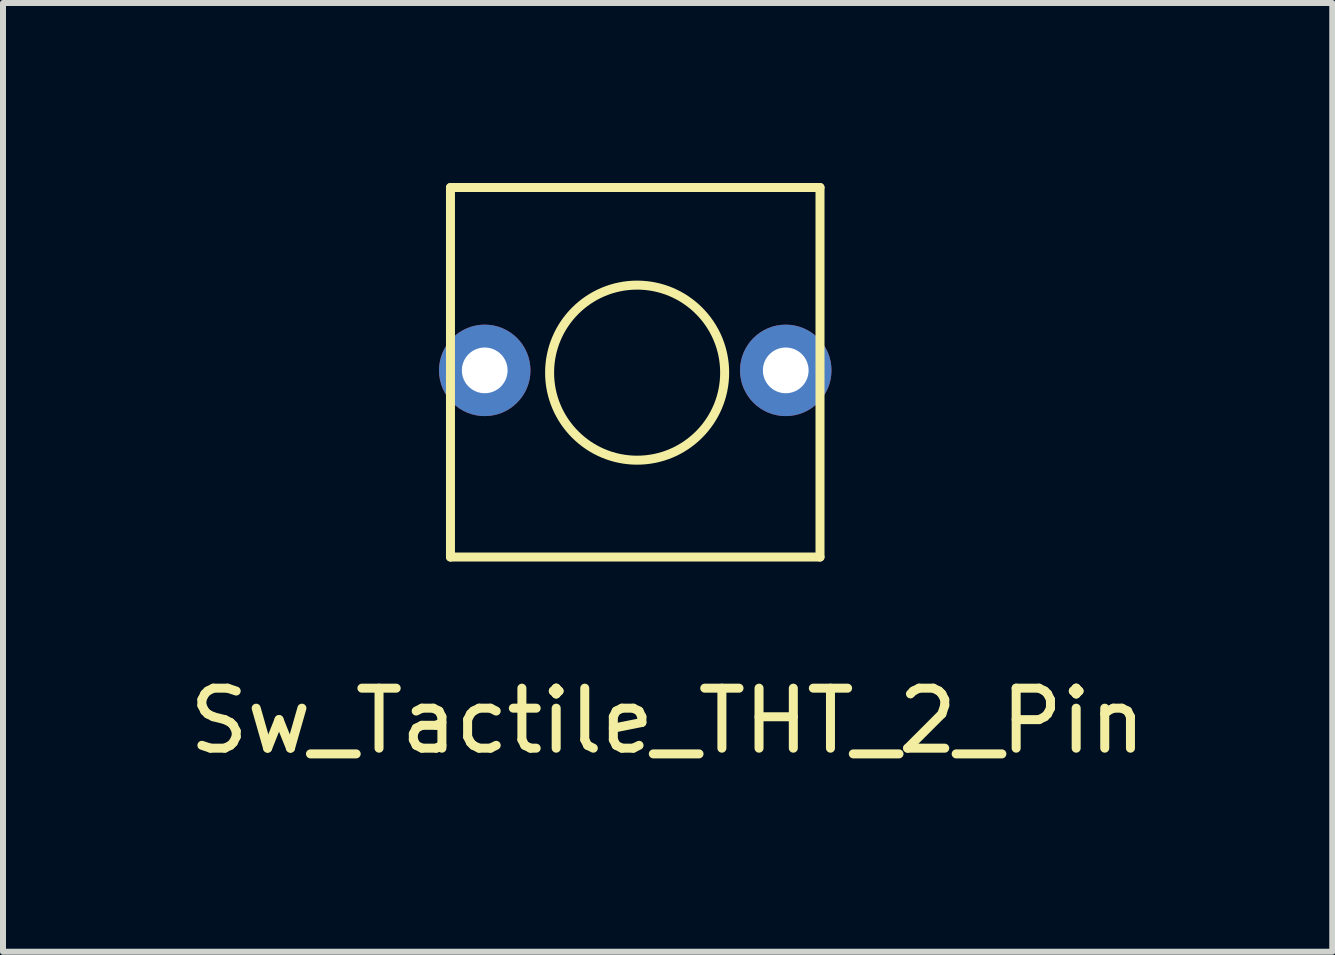
<source format=kicad_pcb>
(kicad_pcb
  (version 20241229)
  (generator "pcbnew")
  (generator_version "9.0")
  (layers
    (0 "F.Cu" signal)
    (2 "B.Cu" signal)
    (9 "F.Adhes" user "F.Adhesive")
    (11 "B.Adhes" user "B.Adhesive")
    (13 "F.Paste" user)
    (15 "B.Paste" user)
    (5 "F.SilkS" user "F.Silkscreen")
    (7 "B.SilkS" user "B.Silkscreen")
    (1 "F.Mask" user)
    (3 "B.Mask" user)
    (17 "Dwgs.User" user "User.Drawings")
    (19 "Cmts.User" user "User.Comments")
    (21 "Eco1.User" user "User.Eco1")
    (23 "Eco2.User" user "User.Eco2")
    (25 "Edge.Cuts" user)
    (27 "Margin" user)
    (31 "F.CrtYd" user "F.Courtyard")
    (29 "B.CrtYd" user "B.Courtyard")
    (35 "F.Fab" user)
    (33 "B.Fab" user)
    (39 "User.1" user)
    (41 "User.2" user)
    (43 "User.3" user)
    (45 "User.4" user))
  (footprint "Sw_Tactile_THT_2_Pin"
    (layer "F.Cu")
    (at 7.569 5.028)
    (property "Reference" "Sw_Tactile_THT_2_Pin" (at 0.508 3.937 0) (layer "F.SilkS") (effects (font (size 1 1) (thickness 0.15))))
    (attr through_hole)
    (fp_line (start -3.111 -4.953) (end 3.048 -4.953) (stroke (width 0.15) (type solid)) (layer "F.SilkS"))
    (fp_line (start -3.111 1.206) (end -3.111 -4.953) (stroke (width 0.15) (type solid)) (layer "F.SilkS"))
    (fp_line (start 3.048 -4.953) (end 3.048 1.206) (stroke (width 0.15) (type solid)) (layer "F.SilkS"))
    (fp_line (start 3.048 1.206) (end -3.111 1.206) (stroke (width 0.15) (type solid)) (layer "F.SilkS"))
    (fp_circle (center 0 -1.867) (end -0.762 -3.111) (stroke (width 0.15) (type solid)) (fill no) (layer "F.SilkS"))
    (pad "1" thru_hole circle (at -2.54 -1.905) (size 1.524 1.524) (drill 0.762) (layers "*.Cu" "*.Mask"))
    (pad "2" thru_hole circle (at 2.477 -1.905) (size 1.524 1.524) (drill 0.762) (layers "*.Cu" "*.Mask")))
  (gr_rect
    (start -3 -3)
    (end 19.155 12.813)
    (stroke (width 0.1) (type default))
    (fill no)
    (layer "Edge.Cuts")))
</source>
